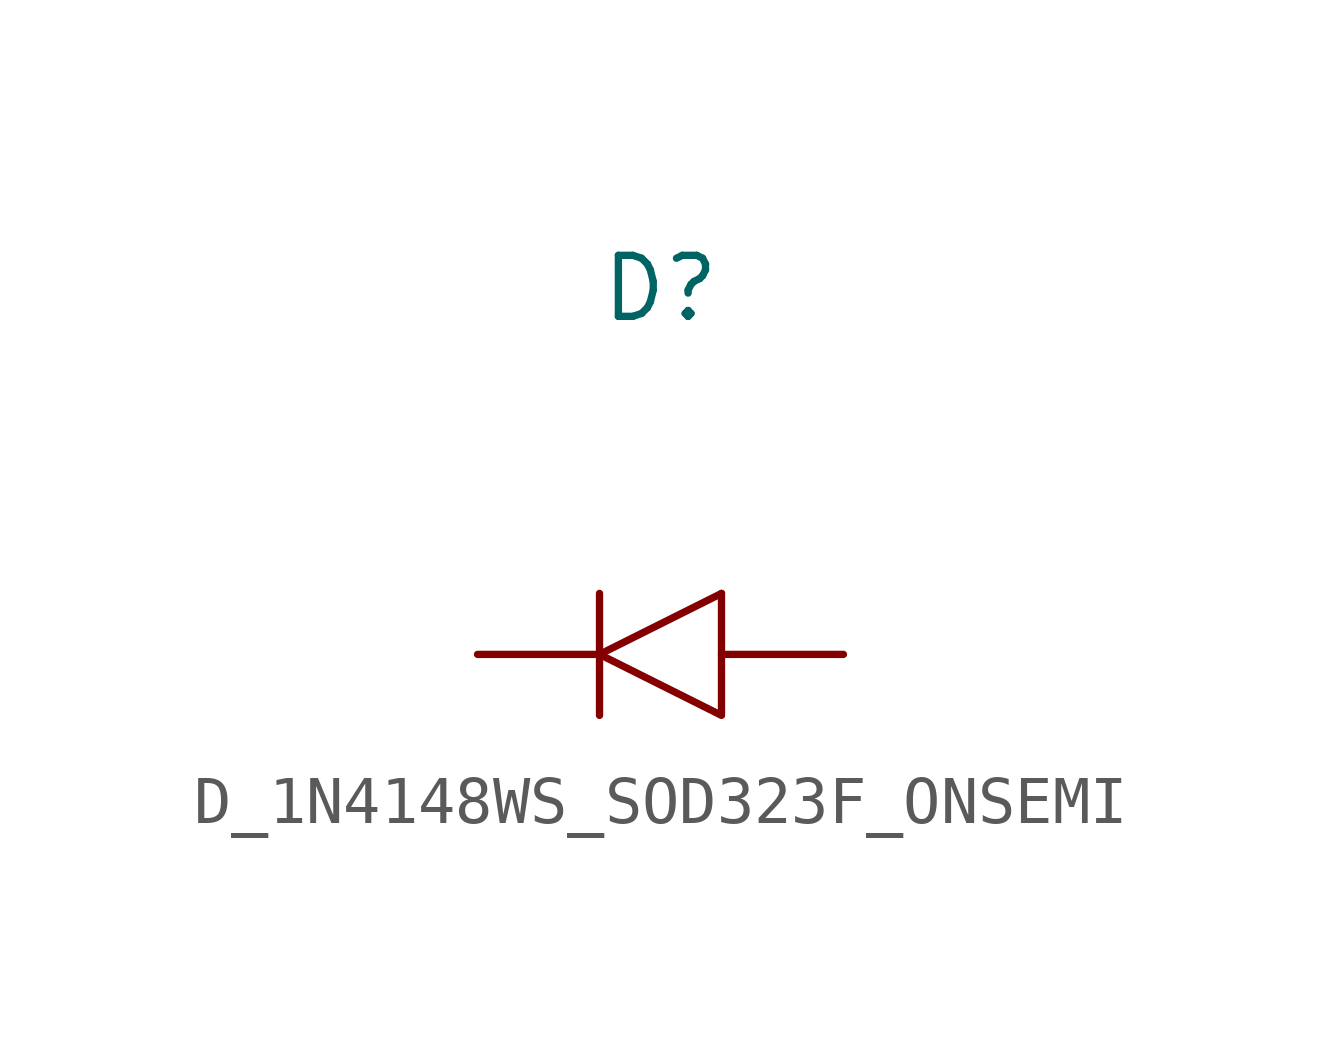
<source format=kicad_sym>
(kicad_symbol_lib
  (version 20220914)
  (generator kicad_symbol_editor)
  (symbol "D_1N4148WS_SOD323F_ONSEMI"
    (pin_numbers hide)
    (pin_names
      (offset 0) hide)
    (property "Reference" "D"
      (at 0 7.62 0)
      (effects (font (size 1.27 1.27))))
    (symbol "D_1N4148WS_SOD323F_ONSEMI_1_1"
      (polyline (pts (xy -1.27 1.27) (xy -1.27 -1.27)) (stroke (width 0) (type solid)) (fill (type none)))
      (polyline (pts (xy 1.27 1.27) (xy -1.27 0)) (stroke (width 0) (type solid)) (fill (type none)))
      (polyline (pts (xy 1.27 1.27) (xy 1.27 -1.27) (xy -1.27 0)) (stroke (width 0) (type solid)) (fill (type none)))
      (pin passive line (at 3.81 0 180) (length 2.54) (name "A" (effects (font (size 1.27 1.27)))) (number "A" (effects (font (size 1.27 1.27)))))
      (pin passive line (at -3.81 0 0) (length 2.54) (name "C" (effects (font (size 1.27 1.27)))) (number "C" (effects (font (size 1.27 1.27))))))))
</source>
